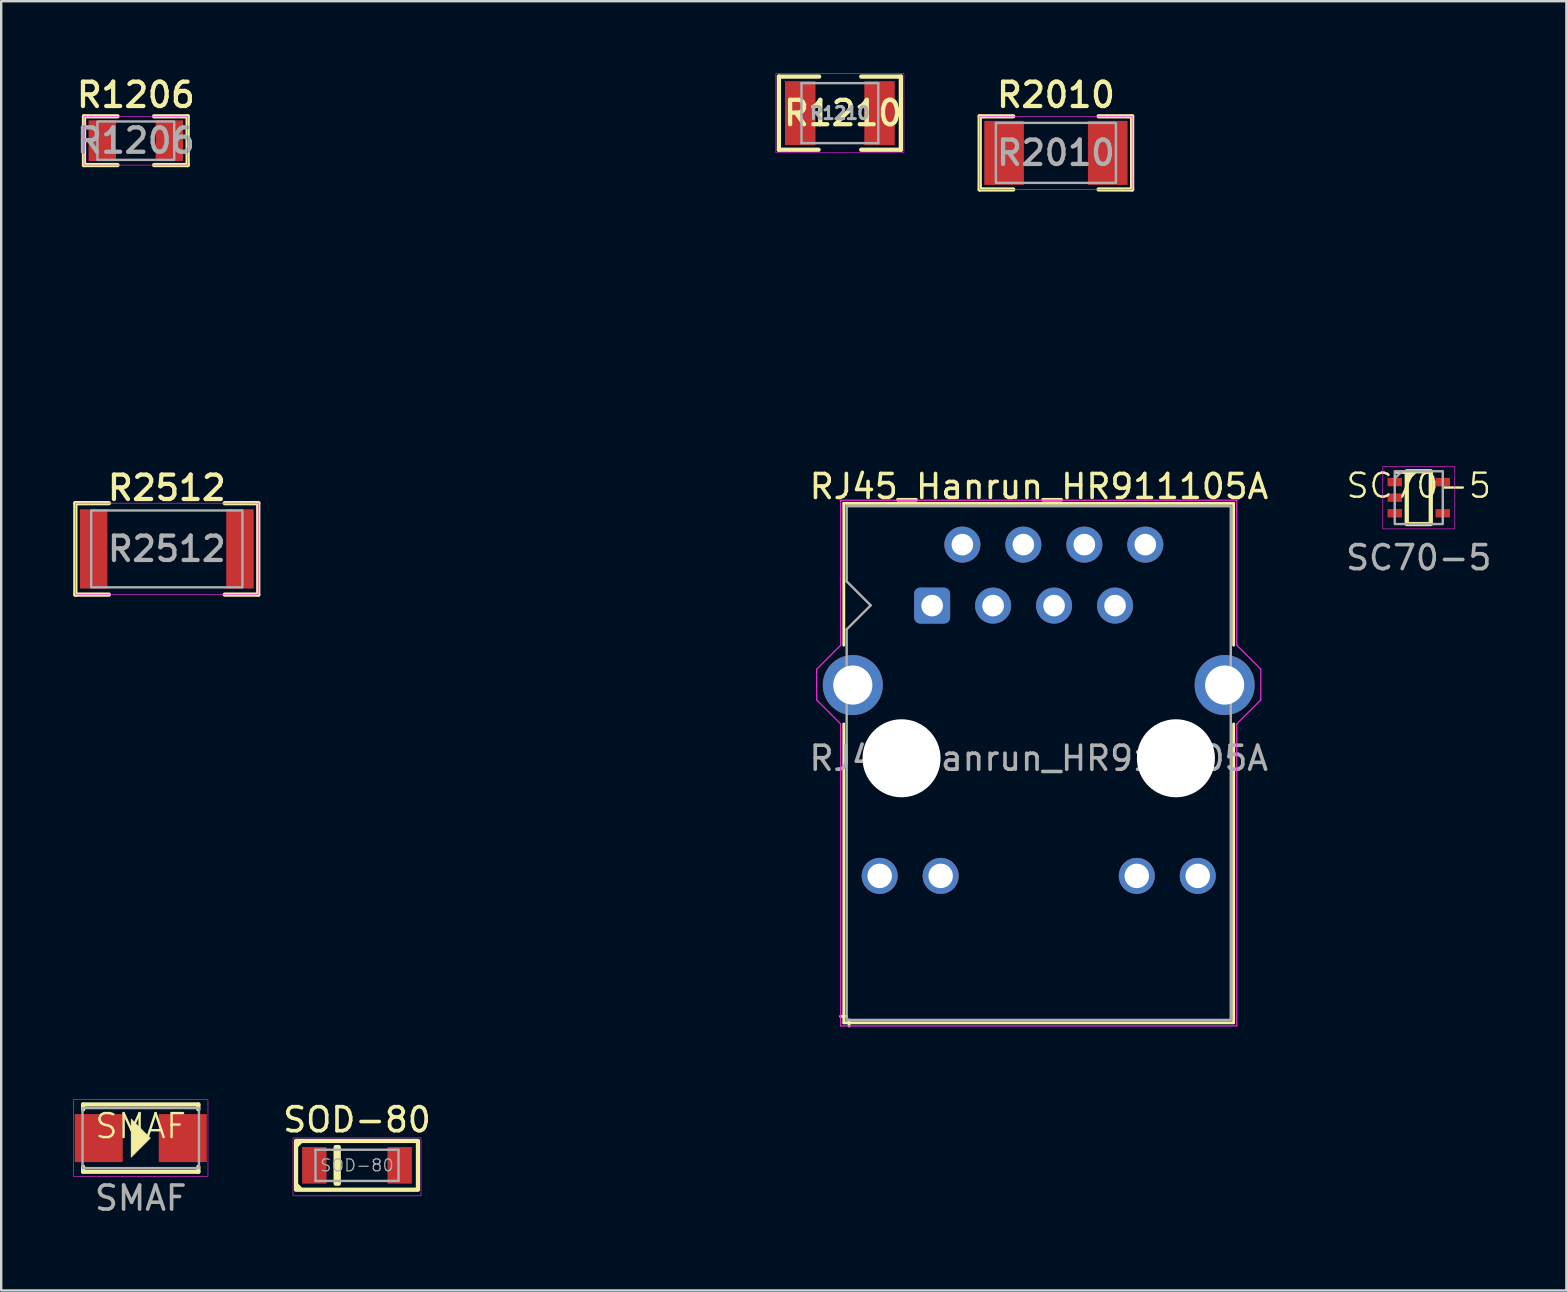
<source format=kicad_pcb>
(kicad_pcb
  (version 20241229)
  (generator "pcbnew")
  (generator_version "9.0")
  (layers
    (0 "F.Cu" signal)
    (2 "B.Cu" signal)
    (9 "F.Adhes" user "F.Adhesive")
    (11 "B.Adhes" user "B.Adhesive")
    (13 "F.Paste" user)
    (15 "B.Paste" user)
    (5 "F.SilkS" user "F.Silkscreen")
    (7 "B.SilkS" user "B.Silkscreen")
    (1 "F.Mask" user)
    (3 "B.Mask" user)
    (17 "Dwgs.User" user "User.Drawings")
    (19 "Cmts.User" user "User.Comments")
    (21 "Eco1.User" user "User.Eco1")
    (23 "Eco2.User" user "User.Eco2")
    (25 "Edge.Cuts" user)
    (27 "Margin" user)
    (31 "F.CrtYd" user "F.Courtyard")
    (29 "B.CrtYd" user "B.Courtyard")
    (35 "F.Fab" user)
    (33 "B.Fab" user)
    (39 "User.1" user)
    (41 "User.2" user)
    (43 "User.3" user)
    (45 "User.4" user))
  (footprint "R2512"
    (layer "F.Cu")
    (at 3.899 19.816)
    (property "Reference" "R2512" (at 0 -2.54 0) (unlocked yes) (layer "F.SilkS") (effects (font (size 1.016 1.016) (thickness 0.178))))
    (attr smd)
    (fp_line (start -3.81 -1.905) (end -2.413 -1.905) (stroke (width 0.178) (type solid)) (layer "F.SilkS"))
    (fp_line (start -3.81 1.905) (end -3.81 -1.905) (stroke (width 0.178) (type solid)) (layer "F.SilkS"))
    (fp_line (start -3.81 1.905) (end -2.413 1.905) (stroke (width 0.178) (type solid)) (layer "F.SilkS"))
    (fp_line (start 2.413 -1.905) (end 3.81 -1.905) (stroke (width 0.178) (type solid)) (layer "F.SilkS"))
    (fp_line (start 2.413 1.905) (end 3.81 1.905) (stroke (width 0.178) (type solid)) (layer "F.SilkS"))
    (fp_line (start 3.81 1.905) (end 3.81 -1.905) (stroke (width 0.178) (type solid)) (layer "F.SilkS"))
    (fp_rect (start -3.81 1.905) (end 3.81 -1.905) (stroke (width 0.025) (type solid)) (fill no) (layer "F.CrtYd"))
    (fp_rect (start -3.15 -1.6) (end 3.15 1.6) (stroke (width 0.1) (type solid)) (fill no) (layer "F.Fab"))
    (fp_text user "${REFERENCE}" (at 0 0 0) (unlocked yes) (layer "F.Fab") (effects (font (size 1.016 1.016) (thickness 0.178))))
    (fp_text user "Footprint: 2512 (6332 Metric)" (at 0 5.588 0) (unlocked yes) (layer "User.1") (effects (font (size 1.016 1.016) (thickness 0.178) (italic yes)) (justify left)))
    (fp_text user "Dimension: 6.3x3.2mm" (at 0 7.62 0) (unlocked yes) (layer "User.1") (effects (font (size 1.016 1.016) (thickness 0.178) (italic yes)) (justify left)))
    (fp_text user "Auth: Thanh Duong" (at 0 9.652 0) (unlocked yes) (layer "User.1") (effects (font (size 1.016 1.016) (thickness 0.178) (italic yes)) (justify left)))
    (pad "1" smd rect (at -3.048 0) (size 1.143 3.302) (layers "F.Cu" "F.Mask" "F.Paste"))
    (pad "2" smd rect (at 3.048 0) (size 1.143 3.302) (layers "F.Cu" "F.Mask" "F.Paste")))
  (footprint "R2010"
    (layer "F.Cu")
    (at 40.937 3.319)
    (property "Reference" "R2010" (at 0 -2.413 0) (unlocked yes) (layer "F.SilkS") (effects (font (size 1.016 1.016) (thickness 0.178))))
    (attr smd)
    (fp_line (start -3.175 -1.524) (end -1.778 -1.524) (stroke (width 0.178) (type solid)) (layer "F.SilkS"))
    (fp_line (start -3.175 1.524) (end -3.175 -1.524) (stroke (width 0.178) (type solid)) (layer "F.SilkS"))
    (fp_line (start -3.175 1.524) (end -1.778 1.524) (stroke (width 0.178) (type solid)) (layer "F.SilkS"))
    (fp_line (start 1.778 -1.524) (end 3.175 -1.524) (stroke (width 0.178) (type solid)) (layer "F.SilkS"))
    (fp_line (start 1.778 1.524) (end 3.175 1.524) (stroke (width 0.178) (type solid)) (layer "F.SilkS"))
    (fp_line (start 3.175 1.524) (end 3.175 -1.524) (stroke (width 0.178) (type solid)) (layer "F.SilkS"))
    (fp_rect (start -3.175 -1.524) (end 3.175 1.524) (stroke (width 0.025) (type solid)) (fill no) (layer "F.CrtYd"))
    (fp_rect (start -2.5 -1.25) (end 2.5 1.25) (stroke (width 0.1) (type solid)) (fill no) (layer "F.Fab"))
    (fp_text user "${REFERENCE}" (at 0 0 0) (unlocked yes) (layer "F.Fab") (effects (font (size 1.016 1.016) (thickness 0.178))))
    (pad "1" smd rect (at -2.159 0) (size 1.651 2.667) (layers "F.Cu" "F.Mask" "F.Paste"))
    (pad "2" smd rect (at 2.159 0) (size 1.651 2.667) (layers "F.Cu" "F.Mask" "F.Paste")))
  (footprint "SMAF"
    (layer "F.Cu")
    (at 2.813 44.361)
    (property "Reference" "SMAF" (at 0 -0.5 0) (unlocked yes) (layer "F.SilkS") (effects (font (size 1 1) (thickness 0.1))))
    (attr smd)
    (fp_line (start -2.4 -1.4) (end 2.4 -1.4) (stroke (width 0.178) (type default)) (layer "F.SilkS"))
    (fp_line (start -2.4 -1.2) (end -2.4 -1.4) (stroke (width 0.178) (type default)) (layer "F.SilkS"))
    (fp_line (start -2.4 1.4) (end -2.4 1.2) (stroke (width 0.178) (type default)) (layer "F.SilkS"))
    (fp_line (start 2.4 -1.4) (end 2.4 -1.2) (stroke (width 0.178) (type default)) (layer "F.SilkS"))
    (fp_line (start 2.4 1.2) (end 2.4 1.4) (stroke (width 0.178) (type default)) (layer "F.SilkS"))
    (fp_line (start 2.4 1.4) (end -2.4 1.4) (stroke (width 0.178) (type default)) (layer "F.SilkS"))
    (fp_poly (pts (xy 0.4 0) (xy -0.4 -0.8) (xy -0.4 0.8)) (stroke (width 0.025) (type solid)) (fill yes) (layer "F.SilkS"))
    (fp_rect (start -2.8 -1.6) (end 2.8 1.6) (stroke (width 0.025) (type default)) (fill no) (layer "F.CrtYd"))
    (fp_rect (start -2.425 -1.25) (end 2.425 1.25) (stroke (width 0.1) (type default)) (fill no) (layer "F.Fab"))
    (fp_text user "${REFERENCE}" (at 0 2.5 0) (unlocked yes) (layer "F.Fab") (effects (font (size 1 1) (thickness 0.15))))
    (pad "A" smd rect (at -1.75 0) (size 2 2) (layers "F.Cu" "F.Mask" "F.Paste"))
    (pad "C" smd rect (at 1.75 0) (size 2 2) (layers "F.Cu" "F.Mask" "F.Paste")))
  (footprint "R1206"
    (layer "F.Cu")
    (at 2.608 2.811)
    (property "Reference" "R1206" (at 0 -1.905 0) (layer "F.SilkS") (effects (font (size 1.016 1.016) (thickness 0.178))))
    (attr smd exclude_from_pos_files)
    (fp_line (start -2.159 -1.016) (end -2.159 1.016) (stroke (width 0.178) (type solid)) (layer "F.SilkS"))
    (fp_line (start -0.762 -1.016) (end -2.159 -1.016) (stroke (width 0.178) (type solid)) (layer "F.SilkS"))
    (fp_line (start -0.762 1.016) (end -2.159 1.016) (stroke (width 0.178) (type solid)) (layer "F.SilkS"))
    (fp_line (start 2.159 -1.016) (end 0.762 -1.016) (stroke (width 0.178) (type solid)) (layer "F.SilkS"))
    (fp_line (start 2.159 -1.016) (end 2.159 1.016) (stroke (width 0.178) (type solid)) (layer "F.SilkS"))
    (fp_line (start 2.159 1.016) (end 0.762 1.016) (stroke (width 0.178) (type solid)) (layer "F.SilkS"))
    (fp_rect (start -2.159 -1.016) (end 2.159 1.016) (stroke (width 0.025) (type solid)) (fill no) (layer "F.CrtYd"))
    (fp_rect (start -1.6 -0.8) (end 1.6 0.8) (stroke (width 0.1) (type solid)) (fill no) (layer "F.Fab"))
    (fp_text user "${REFERENCE}" (at 0 0 0) (layer "F.Fab") (effects (font (size 1.016 1.016) (thickness 0.178))))
    (fp_text user "Auth: Thanh Duong" (at 0 9.652 0) (unlocked yes) (layer "User.1") (effects (font (size 1.016 1.016) (thickness 0.178) (italic yes)) (justify left)))
    (fp_text user "Dimension: 3.2x1.6mm" (at 0 7.62 0) (unlocked yes) (layer "User.1") (effects (font (size 1.016 1.016) (thickness 0.178) (italic yes)) (justify left)))
    (fp_text user "Footprint: 1206 (3216 Metric)" (at 0 5.588 0) (unlocked yes) (layer "User.1") (effects (font (size 1.016 1.016) (thickness 0.178) (italic yes)) (justify left)))
    (pad "1" smd rect (at -1.397 0) (size 1.143 1.702) (layers "F.Cu" "F.Mask" "F.Paste"))
    (pad "2" smd rect (at 1.397 0) (size 1.143 1.702) (layers "F.Cu" "F.Mask" "F.Paste")))
  (footprint "RJ45_Hanrun_HR911105A"
    (layer "F.Cu")
    (at 35.781 22.178)
    (property "Reference" "RJ45_Hanrun_HR911105A" (at 4.45 -4.96 0) (layer "F.SilkS") (effects (font (size 1 1) (thickness 0.15))))
    (attr through_hole)
    (fp_line (start -3.68 -4.26) (end -3.68 1.65) (stroke (width 0.12) (type solid)) (layer "F.SilkS"))
    (fp_line (start -3.68 -4.26) (end 12.56 -4.26) (stroke (width 0.12) (type solid)) (layer "F.SilkS"))
    (fp_line (start -3.68 4.93) (end -3.68 17.38) (stroke (width 0.12) (type solid)) (layer "F.SilkS"))
    (fp_line (start -3.56 17.11) (end -3.81 17.11) (stroke (width 0.12) (type solid)) (layer "F.SilkS"))
    (fp_line (start -3.46 17.26) (end -3.46 17.51) (stroke (width 0.12) (type solid)) (layer "F.SilkS"))
    (fp_line (start 12.56 -4.26) (end 12.56 1.65) (stroke (width 0.12) (type solid)) (layer "F.SilkS"))
    (fp_line (start 12.56 4.93) (end 12.56 17.38) (stroke (width 0.12) (type solid)) (layer "F.SilkS"))
    (fp_line (start 12.56 17.38) (end -3.68 17.38) (stroke (width 0.12) (type solid)) (layer "F.SilkS"))
    (fp_line (start -4.81 3.93) (end -4.81 2.65) (stroke (width 0.05) (type solid)) (layer "F.CrtYd"))
    (fp_line (start -4.81 3.93) (end -3.81 4.93) (stroke (width 0.05) (type solid)) (layer "F.CrtYd"))
    (fp_line (start -3.81 -4.39) (end 12.69 -4.39) (stroke (width 0.05) (type solid)) (layer "F.CrtYd"))
    (fp_line (start -3.81 1.65) (end -4.81 2.65) (stroke (width 0.05) (type solid)) (layer "F.CrtYd"))
    (fp_line (start -3.81 1.65) (end -3.81 -4.4) (stroke (width 0.05) (type solid)) (layer "F.CrtYd"))
    (fp_line (start -3.81 4.93) (end -3.81 17.51) (stroke (width 0.05) (type solid)) (layer "F.CrtYd"))
    (fp_line (start -3.81 17.51) (end 12.69 17.51) (stroke (width 0.05) (type solid)) (layer "F.CrtYd"))
    (fp_line (start 12.69 1.65) (end 12.69 -4.39) (stroke (width 0.05) (type solid)) (layer "F.CrtYd"))
    (fp_line (start 12.69 1.65) (end 13.69 2.65) (stroke (width 0.05) (type solid)) (layer "F.CrtYd"))
    (fp_line (start 12.69 4.93) (end 12.69 17.51) (stroke (width 0.05) (type solid)) (layer "F.CrtYd"))
    (fp_line (start 13.69 3.93) (end 12.69 4.93) (stroke (width 0.05) (type solid)) (layer "F.CrtYd"))
    (fp_line (start 13.69 3.93) (end 13.69 2.65) (stroke (width 0.05) (type solid)) (layer "F.CrtYd"))
    (fp_line (start -3.56 -4.14) (end -3.56 -1.01) (stroke (width 0.1) (type solid)) (layer "F.Fab"))
    (fp_line (start -3.56 -4.14) (end 12.44 -4.14) (stroke (width 0.1) (type solid)) (layer "F.Fab"))
    (fp_line (start -3.56 0.99) (end -3.56 17.26) (stroke (width 0.1) (type solid)) (layer "F.Fab"))
    (fp_line (start -3.56 17.26) (end 12.44 17.26) (stroke (width 0.1) (type solid)) (layer "F.Fab"))
    (fp_line (start -2.56 -0.01) (end -3.56 -1.01) (stroke (width 0.1) (type solid)) (layer "F.Fab"))
    (fp_line (start -2.56 -0.01) (end -3.56 0.99) (stroke (width 0.1) (type solid)) (layer "F.Fab"))
    (fp_line (start 12.44 -4.14) (end 12.44 17.26) (stroke (width 0.1) (type solid)) (layer "F.Fab"))
    (fp_text user "${REFERENCE}" (at 4.44 6.36 0) (layer "F.Fab") (effects (font (size 1 1) (thickness 0.15))))
    (pad "" np_thru_hole circle (at -1.275 6.36) (size 3.25 3.25) (drill 3.25) (layers "*.Cu" "*.Mask"))
    (pad "" np_thru_hole circle (at 10.155 6.36) (size 3.25 3.25) (drill 3.25) (layers "*.Cu" "*.Mask"))
    (pad "1" thru_hole roundrect (at 0 0) (size 1.5 1.5) (drill 0.9) (layers "*.Cu" "*.Mask") (roundrect_rratio 0.167))
    (pad "2" thru_hole circle (at 1.26 -2.54) (size 1.5 1.5) (drill 0.9) (layers "*.Cu" "*.Mask"))
    (pad "3" thru_hole circle (at 2.54 0) (size 1.5 1.5) (drill 0.9) (layers "*.Cu" "*.Mask"))
    (pad "4" thru_hole circle (at 3.8 -2.54) (size 1.5 1.5) (drill 0.9) (layers "*.Cu" "*.Mask"))
    (pad "5" thru_hole circle (at 5.08 0) (size 1.5 1.5) (drill 0.9) (layers "*.Cu" "*.Mask"))
    (pad "6" thru_hole circle (at 6.34 -2.54 90) (size 1.5 1.5) (drill 0.9) (layers "*.Cu" "*.Mask"))
    (pad "7" thru_hole circle (at 7.62 0) (size 1.5 1.5) (drill 0.9) (layers "*.Cu" "*.Mask"))
    (pad "8" thru_hole circle (at 8.88 -2.54) (size 1.5 1.5) (drill 0.9) (layers "*.Cu" "*.Mask"))
    (pad "9" thru_hole circle (at -2.185 11.26) (size 1.5 1.5) (drill 1.02) (layers "*.Cu" "*.Mask"))
    (pad "10" thru_hole circle (at 0.355 11.26) (size 1.5 1.5) (drill 1.02) (layers "*.Cu" "*.Mask"))
    (pad "11" thru_hole circle (at 8.525 11.26) (size 1.5 1.5) (drill 1.02) (layers "*.Cu" "*.Mask"))
    (pad "12" thru_hole circle (at 11.065 11.26) (size 1.5 1.5) (drill 1.02) (layers "*.Cu" "*.Mask"))
    (pad "SH" thru_hole circle (at -3.305 3.31) (size 2.5 2.5) (drill 1.63) (layers "*.Cu" "*.Mask"))
    (pad "SH" thru_hole circle (at 12.185 3.31) (size 2.5 2.5) (drill 1.63) (layers "*.Cu" "*.Mask")))
  (footprint "R1210"
    (layer "F.Cu")
    (at 31.938 1.664)
    (property "Reference" "R1210" (at 0.127 0 0) (layer "F.SilkS") (effects (font (size 1.016 1.016) (thickness 0.178))))
    (attr smd)
    (fp_line (start -2.54 -1.524) (end -0.863 -1.524) (stroke (width 0.178) (type solid)) (layer "F.SilkS"))
    (fp_line (start -2.54 1.524) (end -2.54 -1.524) (stroke (width 0.178) (type solid)) (layer "F.SilkS"))
    (fp_line (start -2.54 1.524) (end -0.889 1.524) (stroke (width 0.178) (type solid)) (layer "F.SilkS"))
    (fp_line (start 0.889 -1.524) (end 2.54 -1.524) (stroke (width 0.178) (type solid)) (layer "F.SilkS"))
    (fp_line (start 0.889 1.524) (end 2.54 1.524) (stroke (width 0.178) (type solid)) (layer "F.SilkS"))
    (fp_line (start 2.54 1.524) (end 2.54 -1.524) (stroke (width 0.178) (type solid)) (layer "F.SilkS"))
    (fp_rect (start -2.667 -1.651) (end 2.667 1.651) (stroke (width 0.025) (type solid)) (fill no) (layer "F.CrtYd"))
    (fp_line (start -1.6 -1.25) (end 1.6 -1.25) (stroke (width 0.1) (type solid)) (layer "F.Fab"))
    (fp_line (start -1.6 1.25) (end -1.6 -1.25) (stroke (width 0.1) (type solid)) (layer "F.Fab"))
    (fp_line (start 1.6 -1.25) (end 1.6 1.25) (stroke (width 0.1) (type solid)) (layer "F.Fab"))
    (fp_line (start 1.6 1.25) (end -1.6 1.25) (stroke (width 0.1) (type solid)) (layer "F.Fab"))
    (fp_text user "${REFERENCE}" (at 0 0 0) (layer "F.Fab") (effects (font (size 0.508 0.508) (thickness 0.127))))
    (pad "1" smd rect (at -1.651 0) (size 1.27 2.667) (layers "F.Cu" "F.Mask" "F.Paste"))
    (pad "2" smd rect (at 1.651 0) (size 1.27 2.667) (layers "F.Cu" "F.Mask" "F.Paste")))
  (footprint "SC70-5"
    (layer "F.Cu")
    (at 56.053 17.682)
    (property "Reference" "SC70-5" (at 0 -0.5 0) (unlocked yes) (layer "F.SilkS") (effects (font (size 1 1) (thickness 0.1))))
    (attr smd)
    (fp_rect (start -0.5 -1.1) (end 0.5 1.1) (stroke (width 0.178) (type default)) (fill no) (layer "F.SilkS"))
    (fp_poly (pts (xy -0.5 -1.1) (xy -0.5 -0.7) (xy -0.1 -1.1)) (stroke (width 0.1) (type solid)) (fill yes) (layer "F.SilkS"))
    (fp_rect (start -1.5 -1.3) (end 1.5 1.3) (stroke (width 0.025) (type default)) (fill no) (layer "F.CrtYd"))
    (fp_line (start -1 -0.8) (end -0.7 -1.1) (stroke (width 0.1) (type default)) (layer "F.Fab"))
    (fp_rect (start -1 -1.1) (end 1 1.1) (stroke (width 0.1) (type default)) (fill no) (layer "F.Fab"))
    (fp_text user "${REFERENCE}" (at 0 2.5 0) (unlocked yes) (layer "F.Fab") (effects (font (size 1 1) (thickness 0.15))))
    (pad "1" smd rect (at -1 -0.65) (size 0.6 0.35) (layers "F.Cu" "F.Mask" "F.Paste"))
    (pad "2" smd rect (at -1 0) (size 0.6 0.35) (layers "F.Cu" "F.Mask" "F.Paste"))
    (pad "3" smd rect (at -1 0.65) (size 0.6 0.35) (layers "F.Cu" "F.Mask" "F.Paste"))
    (pad "4" smd rect (at 1 0.65) (size 0.6 0.35) (layers "F.Cu" "F.Mask" "F.Paste"))
    (pad "5" smd rect (at 1 -0.65) (size 0.6 0.35) (layers "F.Cu" "F.Mask" "F.Paste")))
  (footprint "SOD-80"
    (layer "F.Cu")
    (at 11.822 45.496)
    (property "Reference" "SOD-80" (at 0 -1.9 0) (layer "F.SilkS") (effects (font (size 1 1) (thickness 0.15))))
    (attr smd)
    (fp_line (start -2.54 0.762) (end -2.286 1.016) (stroke (width 0.12) (type solid)) (layer "F.SilkS"))
    (fp_line (start -2.286 -1.016) (end -2.54 -0.762) (stroke (width 0.12) (type solid)) (layer "F.SilkS"))
    (fp_rect (start -2.54 1.016) (end 2.54 -1.016) (stroke (width 0.178) (type solid)) (fill no) (layer "F.SilkS"))
    (fp_rect (start -0.889 -0.762) (end -0.762 0.762) (stroke (width 0.178) (type solid)) (fill no) (layer "F.SilkS"))
    (fp_rect (start -2.667 -1.143) (end 2.667 1.27) (stroke (width 0.025) (type solid)) (fill no) (layer "F.CrtYd"))
    (fp_line (start -1.73 -0.65) (end -1.73 0.65) (stroke (width 0.1) (type solid)) (layer "F.Fab"))
    (fp_line (start -1.725 -0.65) (end 1.725 -0.65) (stroke (width 0.1) (type solid)) (layer "F.Fab"))
    (fp_line (start -1.725 0.65) (end 1.725 0.65) (stroke (width 0.1) (type solid)) (layer "F.Fab"))
    (fp_line (start 1.73 -0.65) (end 1.73 0.65) (stroke (width 0.1) (type solid)) (layer "F.Fab"))
    (fp_text user "${REFERENCE}" (at 0 0 0) (layer "F.Fab") (effects (font (size 0.5 0.5) (thickness 0.05))))
    (pad "A" smd rect (at 1.778 0) (size 1.016 1.524) (layers "F.Cu" "F.Mask" "F.Paste"))
    (pad "K" smd rect (at -1.778 0) (size 1.016 1.524) (layers "F.Cu" "F.Mask" "F.Paste")))
  (gr_rect
    (start -3 -3)
    (end 62.202 50.709)
    (stroke (width 0.1) (type default))
    (fill no)
    (layer "Edge.Cuts")))
</source>
